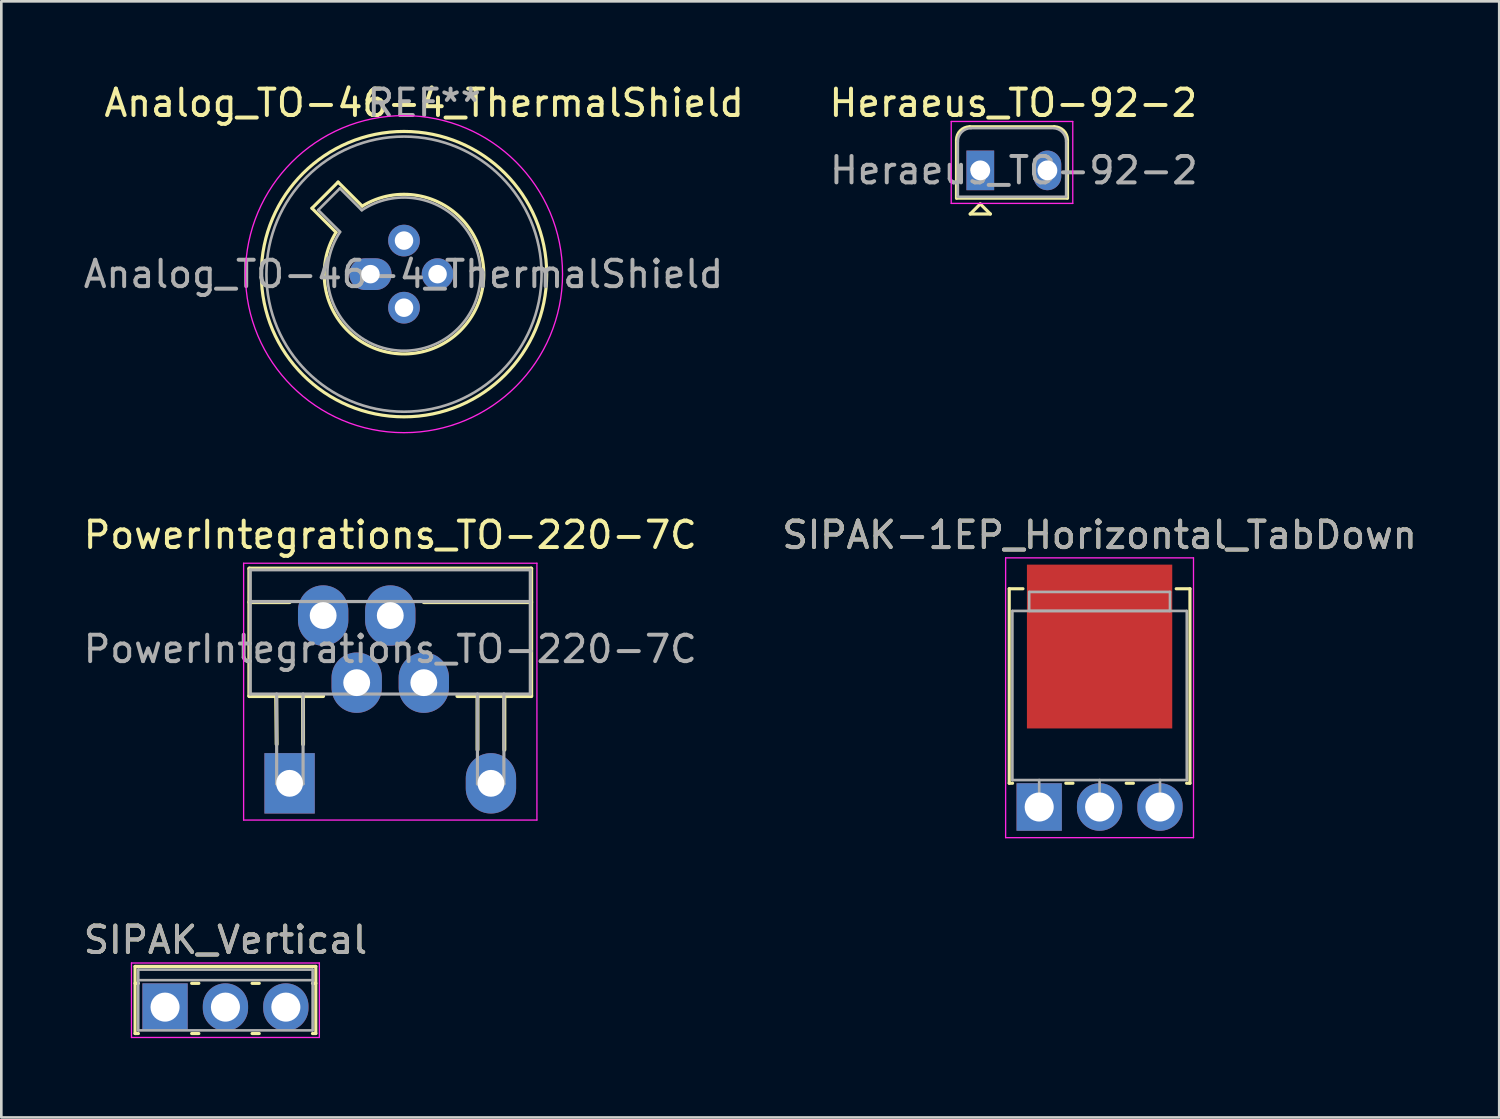
<source format=kicad_pcb>
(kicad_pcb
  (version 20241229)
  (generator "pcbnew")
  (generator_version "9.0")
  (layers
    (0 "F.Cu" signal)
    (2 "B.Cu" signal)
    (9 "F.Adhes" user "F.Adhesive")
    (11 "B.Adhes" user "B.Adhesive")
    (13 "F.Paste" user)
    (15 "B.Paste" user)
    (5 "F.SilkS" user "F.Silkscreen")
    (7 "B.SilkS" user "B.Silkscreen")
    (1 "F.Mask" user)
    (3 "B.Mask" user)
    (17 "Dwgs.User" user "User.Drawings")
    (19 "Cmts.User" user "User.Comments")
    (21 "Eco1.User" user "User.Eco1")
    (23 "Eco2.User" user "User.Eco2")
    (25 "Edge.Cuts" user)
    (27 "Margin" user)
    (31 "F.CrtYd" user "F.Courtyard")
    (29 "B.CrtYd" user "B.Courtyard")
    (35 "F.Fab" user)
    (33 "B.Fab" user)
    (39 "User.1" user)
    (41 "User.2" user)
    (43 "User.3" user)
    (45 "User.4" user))
  (footprint "SIPAK_Vertical"
    (layer "F.Cu")
    (at 3.196 35.065)
    (property "Reference" "SIPAK_Vertical" (at 2.286 -2.54 0) (layer "F.SilkS") (effects (font (size 1 1) (thickness 0.15))))
    (attr through_hole)
    (fp_line (start -1.134 -1.54) (end -1.134 1) (stroke (width 0.12) (type solid)) (layer "F.SilkS"))
    (fp_line (start -1.134 -1.54) (end 5.706 -1.54) (stroke (width 0.12) (type solid)) (layer "F.SilkS"))
    (fp_line (start -1.134 -0.9) (end -1.008 -0.9) (stroke (width 0.12) (type solid)) (layer "F.SilkS"))
    (fp_line (start -1.134 1) (end -1.008 1) (stroke (width 0.12) (type solid)) (layer "F.SilkS"))
    (fp_line (start 1.008 -0.9) (end 1.279 -0.9) (stroke (width 0.12) (type solid)) (layer "F.SilkS"))
    (fp_line (start 1.008 1) (end 1.279 1) (stroke (width 0.12) (type solid)) (layer "F.SilkS"))
    (fp_line (start 3.294 -0.9) (end 3.565 -0.9) (stroke (width 0.12) (type solid)) (layer "F.SilkS"))
    (fp_line (start 3.294 1) (end 3.565 1) (stroke (width 0.12) (type solid)) (layer "F.SilkS"))
    (fp_line (start 5.58 -0.9) (end 5.706 -0.9) (stroke (width 0.12) (type solid)) (layer "F.SilkS"))
    (fp_line (start 5.58 1) (end 5.706 1) (stroke (width 0.12) (type solid)) (layer "F.SilkS"))
    (fp_line (start 5.706 -1.54) (end 5.706 1) (stroke (width 0.12) (type solid)) (layer "F.SilkS"))
    (fp_line (start -1.27 -1.67) (end -1.27 1.15) (stroke (width 0.05) (type solid)) (layer "F.CrtYd"))
    (fp_line (start -1.27 1.15) (end 5.84 1.15) (stroke (width 0.05) (type solid)) (layer "F.CrtYd"))
    (fp_line (start 5.84 -1.67) (end -1.27 -1.67) (stroke (width 0.05) (type solid)) (layer "F.CrtYd"))
    (fp_line (start 5.84 1.15) (end 5.84 -1.67) (stroke (width 0.05) (type solid)) (layer "F.CrtYd"))
    (fp_line (start -1.014 -1.42) (end -1.014 0.88) (stroke (width 0.1) (type solid)) (layer "F.Fab"))
    (fp_line (start -1.014 -1.02) (end 5.586 -1.02) (stroke (width 0.1) (type solid)) (layer "F.Fab"))
    (fp_line (start -1.014 0.88) (end 5.586 0.88) (stroke (width 0.1) (type solid)) (layer "F.Fab"))
    (fp_line (start 5.586 -1.42) (end -1.014 -1.42) (stroke (width 0.1) (type solid)) (layer "F.Fab"))
    (fp_line (start 5.586 0.88) (end 5.586 -1.42) (stroke (width 0.1) (type solid)) (layer "F.Fab"))
    (fp_text user "${REFERENCE}" (at 2.286 -2.54 0) (layer "F.Fab") (effects (font (size 1 1) (thickness 0.15))))
    (pad "1" thru_hole rect (at 0 0) (size 1.714 1.8) (drill 1.1) (layers "*.Cu" "*.Mask"))
    (pad "2" thru_hole oval (at 2.286 0) (size 1.714 1.8) (drill 1.1) (layers "*.Cu" "*.Mask"))
    (pad "3" thru_hole oval (at 4.572 0) (size 1.714 1.8) (drill 1.1) (layers "*.Cu" "*.Mask")))
  (footprint "Heraeus_TO-92-2"
    (layer "F.Cu")
    (at 34.05 3.398)
    (property "Reference" "Heraeus_TO-92-2" (at 1.25 -2.55 0) (layer "F.SilkS") (effects (font (size 1 1) (thickness 0.15))))
    (attr through_hole)
    (fp_line (start -0.9 1.05) (end -0.9 -1.15) (stroke (width 0.12) (type solid)) (layer "F.SilkS"))
    (fp_line (start -0.4 -1.65) (end 2.8 -1.65) (stroke (width 0.12) (type solid)) (layer "F.SilkS"))
    (fp_line (start -0.381 1.651) (end 0.381 1.651) (stroke (width 0.12) (type solid)) (layer "F.SilkS"))
    (fp_line (start 0 1.27) (end -0.381 1.651) (stroke (width 0.12) (type solid)) (layer "F.SilkS"))
    (fp_line (start 0.381 1.651) (end 0 1.27) (stroke (width 0.12) (type solid)) (layer "F.SilkS"))
    (fp_line (start 3.3 -1.15) (end 3.3 1.05) (stroke (width 0.12) (type solid)) (layer "F.SilkS"))
    (fp_line (start 3.3 1.05) (end -0.9 1.05) (stroke (width 0.12) (type solid)) (layer "F.SilkS"))
    (fp_arc (start -0.9 -1.15) (mid -0.753553 -1.503553) (end -0.4 -1.65) (stroke (width 0.12) (type solid)) (layer "F.SilkS"))
    (fp_arc (start 2.8 -1.65) (mid 3.153553 -1.503553) (end 3.3 -1.15) (stroke (width 0.12) (type solid)) (layer "F.SilkS"))
    (fp_line (start -1.1 -1.85) (end -1.1 1.25) (stroke (width 0.05) (type solid)) (layer "F.CrtYd"))
    (fp_line (start -1.1 1.25) (end 3.5 1.25) (stroke (width 0.05) (type solid)) (layer "F.CrtYd"))
    (fp_line (start 3.5 -1.85) (end -1.1 -1.85) (stroke (width 0.05) (type solid)) (layer "F.CrtYd"))
    (fp_line (start 3.5 1.25) (end 3.5 -1.85) (stroke (width 0.05) (type solid)) (layer "F.CrtYd"))
    (fp_line (start -0.85 -1.1) (end -0.85 1) (stroke (width 0.1) (type solid)) (layer "F.Fab"))
    (fp_line (start -0.85 1) (end 3.25 1) (stroke (width 0.1) (type solid)) (layer "F.Fab"))
    (fp_line (start 2.7 -1.6) (end -0.35 -1.6) (stroke (width 0.1) (type solid)) (layer "F.Fab"))
    (fp_line (start 3.25 1) (end 3.25 -1.1) (stroke (width 0.1) (type solid)) (layer "F.Fab"))
    (fp_arc (start -0.85 -1.1) (mid -0.703553 -1.453553) (end -0.35 -1.6) (stroke (width 0.1) (type solid)) (layer "F.Fab"))
    (fp_arc (start 2.75 -1.6) (mid 3.103553 -1.453553) (end 3.25 -1.1) (stroke (width 0.1) (type solid)) (layer "F.Fab"))
    (fp_text user "${REFERENCE}" (at 1.27 0 0) (layer "F.Fab") (effects (font (size 1 1) (thickness 0.15))))
    (pad "1" thru_hole rect (at 0 0) (size 1.05 1.5) (drill 0.75) (layers "*.Cu" "*.Mask"))
    (pad "2" thru_hole oval (at 2.54 0) (size 1.05 1.5) (drill 0.75) (layers "*.Cu" "*.Mask")))
  (footprint "Analog_TO-46-4_ThermalShield"
    (layer "F.Cu")
    (at 10.97 7.325)
    (property "Reference" "Analog_TO-46-4_ThermalShield" (at 2.032 -6.477 0) (layer "F.SilkS") (effects (font (size 1 1) (thickness 0.15))))
    (attr through_hole)
    (fp_line (start -2.214 -2.494) (end -1.302 -1.582) (stroke (width 0.12) (type solid)) (layer "F.SilkS"))
    (fp_line (start -1.224 -3.484) (end -2.214 -2.494) (stroke (width 0.12) (type solid)) (layer "F.SilkS"))
    (fp_line (start -0.312 -2.572) (end -1.224 -3.484) (stroke (width 0.12) (type solid)) (layer "F.SilkS"))
    (fp_arc (start -0.312331 -2.572281) (mid 3.405374 2.135551) (end -1.30215 -1.582544) (stroke (width 0.12) (type solid)) (layer "F.SilkS"))
    (fp_circle (center 1.27 0) (end 6.67 0) (stroke (width 0.12) (type solid)) (fill no) (layer "F.SilkS"))
    (fp_circle (center 1.27 0) (end 7.27 0) (stroke (width 0.05) (type solid)) (fill no) (layer "F.CrtYd"))
    (fp_line (start -1.977 -2.426) (end -1.149 -1.599) (stroke (width 0.1) (type solid)) (layer "F.Fab"))
    (fp_line (start -1.156 -3.247) (end -1.977 -2.426) (stroke (width 0.1) (type solid)) (layer "F.Fab"))
    (fp_line (start -0.329 -2.419) (end -1.156 -3.247) (stroke (width 0.1) (type solid)) (layer "F.Fab"))
    (fp_arc (start -0.329057 -2.419301) (mid 3.321076 2.050143) (end -1.150029 -1.597956) (stroke (width 0.1) (type solid)) (layer "F.Fab"))
    (fp_circle (center 1.27 0) (end 6.477 0) (stroke (width 0.1) (type solid)) (fill no) (layer "F.Fab"))
    (fp_text user "${REFERENCE}" (at 1.25 0 0) (layer "F.Fab") (effects (font (size 1 1) (thickness 0.15))))
    (fp_text user "REF**" (at 2.032 -6.477 0) (layer "F.Fab") (effects (font (size 1 1) (thickness 0.15))))
    (pad "1" thru_hole oval (at 0 0) (size 1.6 1.2) (drill 0.7) (layers "*.Cu" "*.Mask"))
    (pad "2" thru_hole circle (at 1.27 1.27) (size 1.2 1.2) (drill 0.7) (layers "*.Cu" "*.Mask"))
    (pad "3" thru_hole circle (at 2.54 0) (size 1.2 1.2) (drill 0.7) (layers "*.Cu" "*.Mask"))
    (pad "4" thru_hole circle (at 1.27 -1.27) (size 1.2 1.2) (drill 0.7) (layers "*.Cu" "*.Mask")))
  (footprint "SIPAK-1EP_Horizontal_TabDown"
    (layer "F.Cu")
    (at 36.279 27.492)
    (property "Reference" "SIPAK-1EP_Horizontal_TabDown" (at 2.286 -10.293 0) (layer "F.SilkS") (effects (font (size 1 1) (thickness 0.15))))
    (attr through_hole)
    (fp_line (start -1.134 -8.26) (end -1.134 -0.9) (stroke (width 0.12) (type solid)) (layer "F.SilkS"))
    (fp_line (start -1.134 -8.26) (end -0.614 -8.26) (stroke (width 0.12) (type solid)) (layer "F.SilkS"))
    (fp_line (start -1.134 -0.9) (end -1.008 -0.9) (stroke (width 0.12) (type solid)) (layer "F.SilkS"))
    (fp_line (start 1.008 -0.9) (end 1.279 -0.9) (stroke (width 0.12) (type solid)) (layer "F.SilkS"))
    (fp_line (start 3.294 -0.9) (end 3.565 -0.9) (stroke (width 0.12) (type solid)) (layer "F.SilkS"))
    (fp_line (start 5.186 -8.26) (end 5.706 -8.26) (stroke (width 0.12) (type solid)) (layer "F.SilkS"))
    (fp_line (start 5.58 -0.9) (end 5.706 -0.9) (stroke (width 0.12) (type solid)) (layer "F.SilkS"))
    (fp_line (start 5.706 -8.26) (end 5.706 -0.9) (stroke (width 0.12) (type solid)) (layer "F.SilkS"))
    (fp_line (start -1.27 -9.43) (end -1.27 1.16) (stroke (width 0.05) (type solid)) (layer "F.CrtYd"))
    (fp_line (start -1.27 1.16) (end 5.84 1.16) (stroke (width 0.05) (type solid)) (layer "F.CrtYd"))
    (fp_line (start 5.84 -9.43) (end -1.27 -9.43) (stroke (width 0.05) (type solid)) (layer "F.CrtYd"))
    (fp_line (start 5.84 1.16) (end 5.84 -9.43) (stroke (width 0.05) (type solid)) (layer "F.CrtYd"))
    (fp_line (start -1.014 -7.42) (end 5.586 -7.42) (stroke (width 0.1) (type solid)) (layer "F.Fab"))
    (fp_line (start -1.014 -1.02) (end -1.014 -7.42) (stroke (width 0.1) (type solid)) (layer "F.Fab"))
    (fp_line (start -0.379 -8.14) (end 4.951 -8.14) (stroke (width 0.1) (type solid)) (layer "F.Fab"))
    (fp_line (start -0.379 -7.42) (end -0.379 -8.14) (stroke (width 0.1) (type solid)) (layer "F.Fab"))
    (fp_line (start 0 -1.02) (end 0 0) (stroke (width 0.1) (type solid)) (layer "F.Fab"))
    (fp_line (start 2.286 -1.02) (end 2.286 0) (stroke (width 0.1) (type solid)) (layer "F.Fab"))
    (fp_line (start 4.572 -1.02) (end 4.572 0) (stroke (width 0.1) (type solid)) (layer "F.Fab"))
    (fp_line (start 4.951 -8.14) (end 4.951 -7.42) (stroke (width 0.1) (type solid)) (layer "F.Fab"))
    (fp_line (start 4.951 -7.42) (end -0.379 -7.42) (stroke (width 0.1) (type solid)) (layer "F.Fab"))
    (fp_line (start 5.586 -7.42) (end 5.586 -1.02) (stroke (width 0.1) (type solid)) (layer "F.Fab"))
    (fp_line (start 5.586 -1.02) (end -1.014 -1.02) (stroke (width 0.1) (type solid)) (layer "F.Fab"))
    (fp_text user "${REFERENCE}" (at 2.286 -10.293 0) (layer "F.Fab") (effects (font (size 1 1) (thickness 0.15))))
    (pad "1" thru_hole rect (at 0 0) (size 1.714 1.8) (drill 1.1) (layers "*.Cu" "*.Mask"))
    (pad "2" thru_hole oval (at 2.286 0) (size 1.714 1.8) (drill 1.1) (layers "*.Cu" "*.Mask"))
    (pad "3" thru_hole oval (at 4.572 0) (size 1.714 1.8) (drill 1.1) (layers "*.Cu" "*.Mask"))
    (pad "4" smd rect (at 2.286 -6.073) (size 5.5 6.2) (layers "F.Cu" "F.Mask" "F.Paste")))
  (footprint "PowerIntegrations_TO-220-7C"
    (layer "F.Cu")
    (at 7.91 26.596)
    (property "Reference" "PowerIntegrations_TO-220-7C" (at 3.81 -9.398 0) (layer "F.SilkS") (effects (font (size 1 1) (thickness 0.15))))
    (attr through_hole)
    (fp_line (start -1.524 -8.128) (end -1.524 -3.302) (stroke (width 0.15) (type solid)) (layer "F.SilkS"))
    (fp_line (start -1.524 -6.858) (end 0 -6.858) (stroke (width 0.15) (type solid)) (layer "F.SilkS"))
    (fp_line (start -1.524 -3.302) (end 1.27 -3.302) (stroke (width 0.15) (type solid)) (layer "F.SilkS"))
    (fp_line (start -0.49 -1.48) (end -0.508 -3.302) (stroke (width 0.15) (type solid)) (layer "F.SilkS"))
    (fp_line (start 0.51 -1.48) (end 0.508 -3.302) (stroke (width 0.15) (type solid)) (layer "F.SilkS"))
    (fp_line (start 7.112 -1.27) (end 7.112 -3.302) (stroke (width 0.15) (type solid)) (layer "F.SilkS"))
    (fp_line (start 8.128 -1.27) (end 8.128 -3.302) (stroke (width 0.15) (type solid)) (layer "F.SilkS"))
    (fp_line (start 9.144 -8.128) (end -1.524 -8.128) (stroke (width 0.15) (type solid)) (layer "F.SilkS"))
    (fp_line (start 9.144 -8.128) (end 9.144 -3.302) (stroke (width 0.15) (type solid)) (layer "F.SilkS"))
    (fp_line (start 9.144 -6.858) (end 5.08 -6.858) (stroke (width 0.15) (type solid)) (layer "F.SilkS"))
    (fp_line (start 9.144 -3.302) (end 6.35 -3.302) (stroke (width 0.15) (type solid)) (layer "F.SilkS"))
    (fp_line (start -1.74 -8.33) (end -1.74 1.39) (stroke (width 0.05) (type solid)) (layer "F.CrtYd"))
    (fp_line (start -1.74 -8.33) (end 9.36 -8.33) (stroke (width 0.05) (type solid)) (layer "F.CrtYd"))
    (fp_line (start 9.36 1.39) (end -1.74 1.39) (stroke (width 0.05) (type solid)) (layer "F.CrtYd"))
    (fp_line (start 9.36 1.39) (end 9.36 -8.33) (stroke (width 0.05) (type solid)) (layer "F.CrtYd"))
    (fp_line (start -1.49 -8.08) (end -1.49 -3.38) (stroke (width 0.12) (type solid)) (layer "F.Fab"))
    (fp_line (start -1.49 -6.88) (end 9.11 -6.88) (stroke (width 0.12) (type solid)) (layer "F.Fab"))
    (fp_line (start -1.49 -3.38) (end 9.11 -3.38) (stroke (width 0.12) (type solid)) (layer "F.Fab"))
    (fp_line (start -0.49 -3.38) (end -0.49 0.02) (stroke (width 0.12) (type solid)) (layer "F.Fab"))
    (fp_line (start -0.49 0.02) (end 0.51 0.02) (stroke (width 0.12) (type solid)) (layer "F.Fab"))
    (fp_line (start 0.51 0.02) (end 0.51 -3.38) (stroke (width 0.12) (type solid)) (layer "F.Fab"))
    (fp_line (start 7.11 -3.38) (end 7.11 0.02) (stroke (width 0.12) (type solid)) (layer "F.Fab"))
    (fp_line (start 7.11 0.02) (end 8.11 0.02) (stroke (width 0.12) (type solid)) (layer "F.Fab"))
    (fp_line (start 8.11 0.02) (end 8.11 -3.38) (stroke (width 0.12) (type solid)) (layer "F.Fab"))
    (fp_line (start 9.11 -8.08) (end -1.49 -8.08) (stroke (width 0.12) (type solid)) (layer "F.Fab"))
    (fp_line (start 9.11 -3.38) (end 9.11 -8.08) (stroke (width 0.12) (type solid)) (layer "F.Fab"))
    (fp_text user "${REFERENCE}" (at 3.81 -5.08 0) (layer "F.Fab") (effects (font (size 1 1) (thickness 0.15))))
    (pad "1" thru_hole rect (at 0 0) (size 1.905 2.286) (drill 1.016) (layers "*.Cu" "*.Mask"))
    (pad "2" thru_hole oval (at 1.27 -6.35) (size 1.905 2.286) (drill 1.016) (layers "*.Cu" "*.Mask"))
    (pad "3" thru_hole oval (at 2.54 -3.81) (size 1.905 2.286) (drill 1.016) (layers "*.Cu" "*.Mask"))
    (pad "4" thru_hole oval (at 3.81 -6.35) (size 1.905 2.286) (drill 1.016) (layers "*.Cu" "*.Mask"))
    (pad "5" thru_hole oval (at 5.08 -3.81) (size 1.905 2.286) (drill 1.016) (layers "*.Cu" "*.Mask"))
    (pad "7" thru_hole oval (at 7.62 0) (size 1.905 2.286) (drill 1.016) (layers "*.Cu" "*.Mask")))
  (gr_rect
    (start -3 -3)
    (end 53.69 39.24)
    (stroke (width 0.1) (type default))
    (fill no)
    (layer "Edge.Cuts")))
</source>
